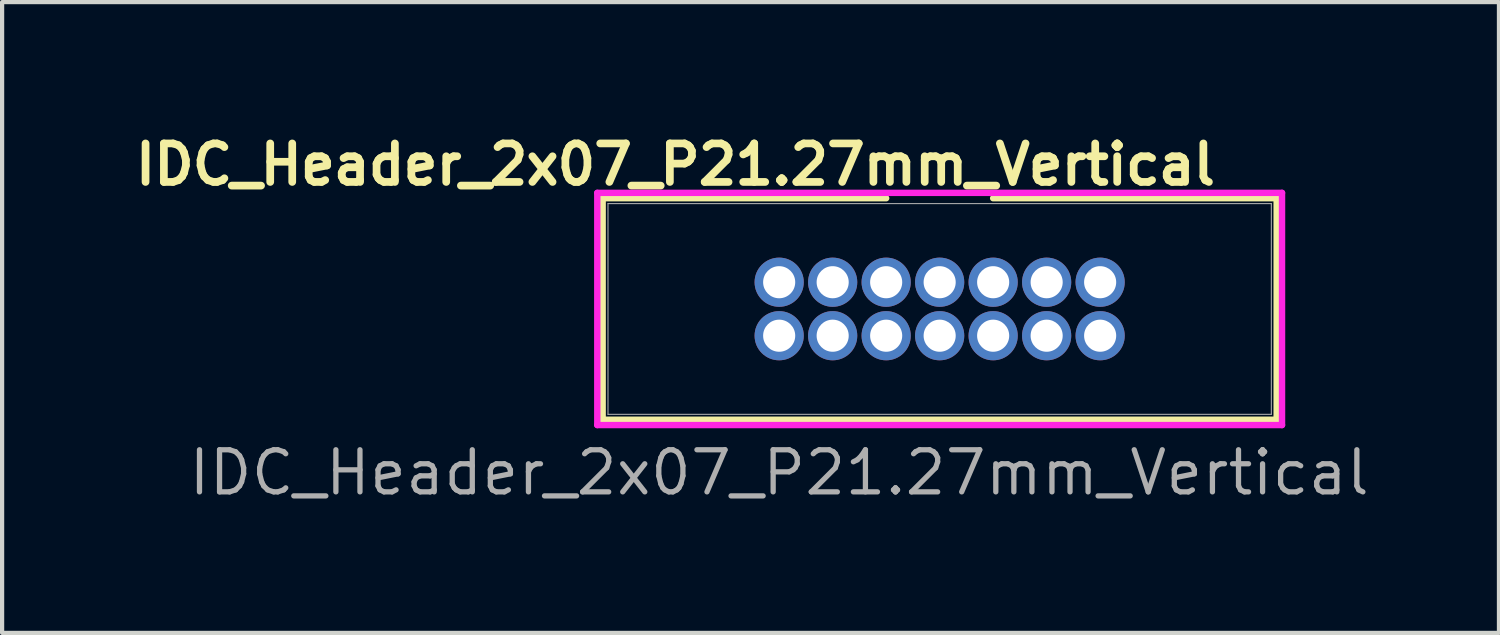
<source format=kicad_pcb>
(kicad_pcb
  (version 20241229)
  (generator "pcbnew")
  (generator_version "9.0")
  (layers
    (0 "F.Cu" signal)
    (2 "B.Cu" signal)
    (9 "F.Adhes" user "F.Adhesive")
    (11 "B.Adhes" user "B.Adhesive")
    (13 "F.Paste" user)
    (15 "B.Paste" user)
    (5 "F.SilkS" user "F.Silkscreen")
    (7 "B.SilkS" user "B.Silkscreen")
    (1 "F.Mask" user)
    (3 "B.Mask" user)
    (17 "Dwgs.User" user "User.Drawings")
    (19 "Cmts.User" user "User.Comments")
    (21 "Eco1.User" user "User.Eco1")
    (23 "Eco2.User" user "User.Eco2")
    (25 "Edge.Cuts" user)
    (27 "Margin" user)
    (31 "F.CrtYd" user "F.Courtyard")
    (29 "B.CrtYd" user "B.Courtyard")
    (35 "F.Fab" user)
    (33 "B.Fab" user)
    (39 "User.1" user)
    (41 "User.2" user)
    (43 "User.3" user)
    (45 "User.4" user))
  (footprint "IDC_Header_2x07_P21.27mm_Vertical"
    (layer "F.Cu")
    (at 15.448 3.65)
    (property "Reference" "IDC_Header_2x07_P21.27mm_Vertical" (at -2.464 -2.794 0) (unlocked yes) (layer "F.SilkS") (effects (font (size 0.914 0.914) (thickness 0.183) (bold yes))))
    (attr through_hole)
    (fp_line (start -4.191 -1.994) (end -4.191 3.264) (stroke (width 0.152) (type solid)) (layer "F.SilkS"))
    (fp_line (start -4.191 3.264) (end 11.811 3.264) (stroke (width 0.152) (type solid)) (layer "F.SilkS"))
    (fp_line (start 2.54 -1.994) (end -4.191 -1.994) (stroke (width 0.152) (type solid)) (layer "F.SilkS"))
    (fp_line (start 5.08 -1.994) (end 11.811 -1.994) (stroke (width 0.152) (type solid)) (layer "F.SilkS"))
    (fp_line (start 11.811 3.264) (end 11.811 -1.994) (stroke (width 0.152) (type solid)) (layer "F.SilkS"))
    (fp_line (start -4.318 -2.121) (end -4.318 3.391) (stroke (width 0.152) (type solid)) (layer "F.CrtYd"))
    (fp_line (start -4.318 3.391) (end 11.938 3.391) (stroke (width 0.152) (type solid)) (layer "F.CrtYd"))
    (fp_line (start 11.938 -2.121) (end -4.318 -2.121) (stroke (width 0.152) (type solid)) (layer "F.CrtYd"))
    (fp_line (start 11.938 3.391) (end 11.938 -2.121) (stroke (width 0.152) (type solid)) (layer "F.CrtYd"))
    (fp_line (start -4.064 -1.867) (end -4.064 3.137) (stroke (width 0.025) (type solid)) (layer "F.Fab"))
    (fp_line (start -4.064 3.137) (end 11.684 3.137) (stroke (width 0.025) (type solid)) (layer "F.Fab"))
    (fp_line (start 11.684 -1.867) (end -4.064 -1.867) (stroke (width 0.025) (type solid)) (layer "F.Fab"))
    (fp_line (start 11.684 3.137) (end 11.684 -1.867) (stroke (width 0.025) (type solid)) (layer "F.Fab"))
    (fp_text user "${REFERENCE}" (at 0 4.521 0) (unlocked yes) (layer "F.Fab") (effects (font (size 1 1) (thickness 0.125))))
    (pad "1" thru_hole circle (at 7.62 0) (size 1.168 1.168) (drill 0.762) (layers "*.Cu" "*.Mask"))
    (pad "2" thru_hole circle (at 7.62 1.27) (size 1.168 1.168) (drill 0.762) (layers "*.Cu" "*.Mask"))
    (pad "3" thru_hole circle (at 6.35 0) (size 1.168 1.168) (drill 0.762) (layers "*.Cu" "*.Mask"))
    (pad "4" thru_hole circle (at 6.35 1.27) (size 1.168 1.168) (drill 0.762) (layers "*.Cu" "*.Mask"))
    (pad "5" thru_hole circle (at 5.08 0) (size 1.168 1.168) (drill 0.762) (layers "*.Cu" "*.Mask"))
    (pad "6" thru_hole circle (at 5.08 1.27) (size 1.168 1.168) (drill 0.762) (layers "*.Cu" "*.Mask"))
    (pad "7" thru_hole circle (at 3.81 0) (size 1.168 1.168) (drill 0.762) (layers "*.Cu" "*.Mask"))
    (pad "8" thru_hole circle (at 3.81 1.27) (size 1.168 1.168) (drill 0.762) (layers "*.Cu" "*.Mask"))
    (pad "9" thru_hole circle (at 2.54 0) (size 1.168 1.168) (drill 0.762) (layers "*.Cu" "*.Mask"))
    (pad "10" thru_hole circle (at 2.54 1.27) (size 1.168 1.168) (drill 0.762) (layers "*.Cu" "*.Mask"))
    (pad "11" thru_hole circle (at 1.27 0) (size 1.168 1.168) (drill 0.762) (layers "*.Cu" "*.Mask"))
    (pad "12" thru_hole circle (at 1.27 1.27) (size 1.168 1.168) (drill 0.762) (layers "*.Cu" "*.Mask"))
    (pad "13" thru_hole circle (at 0 0) (size 1.168 1.168) (drill 0.762) (layers "*.Cu" "*.Mask"))
    (pad "14" thru_hole circle (at 0 1.27) (size 1.168 1.168) (drill 0.762) (layers "*.Cu" "*.Mask")))
  (gr_rect
    (start -3 -3)
    (end 32.536 11.975)
    (stroke (width 0.1) (type default))
    (fill no)
    (layer "Edge.Cuts")))
</source>
